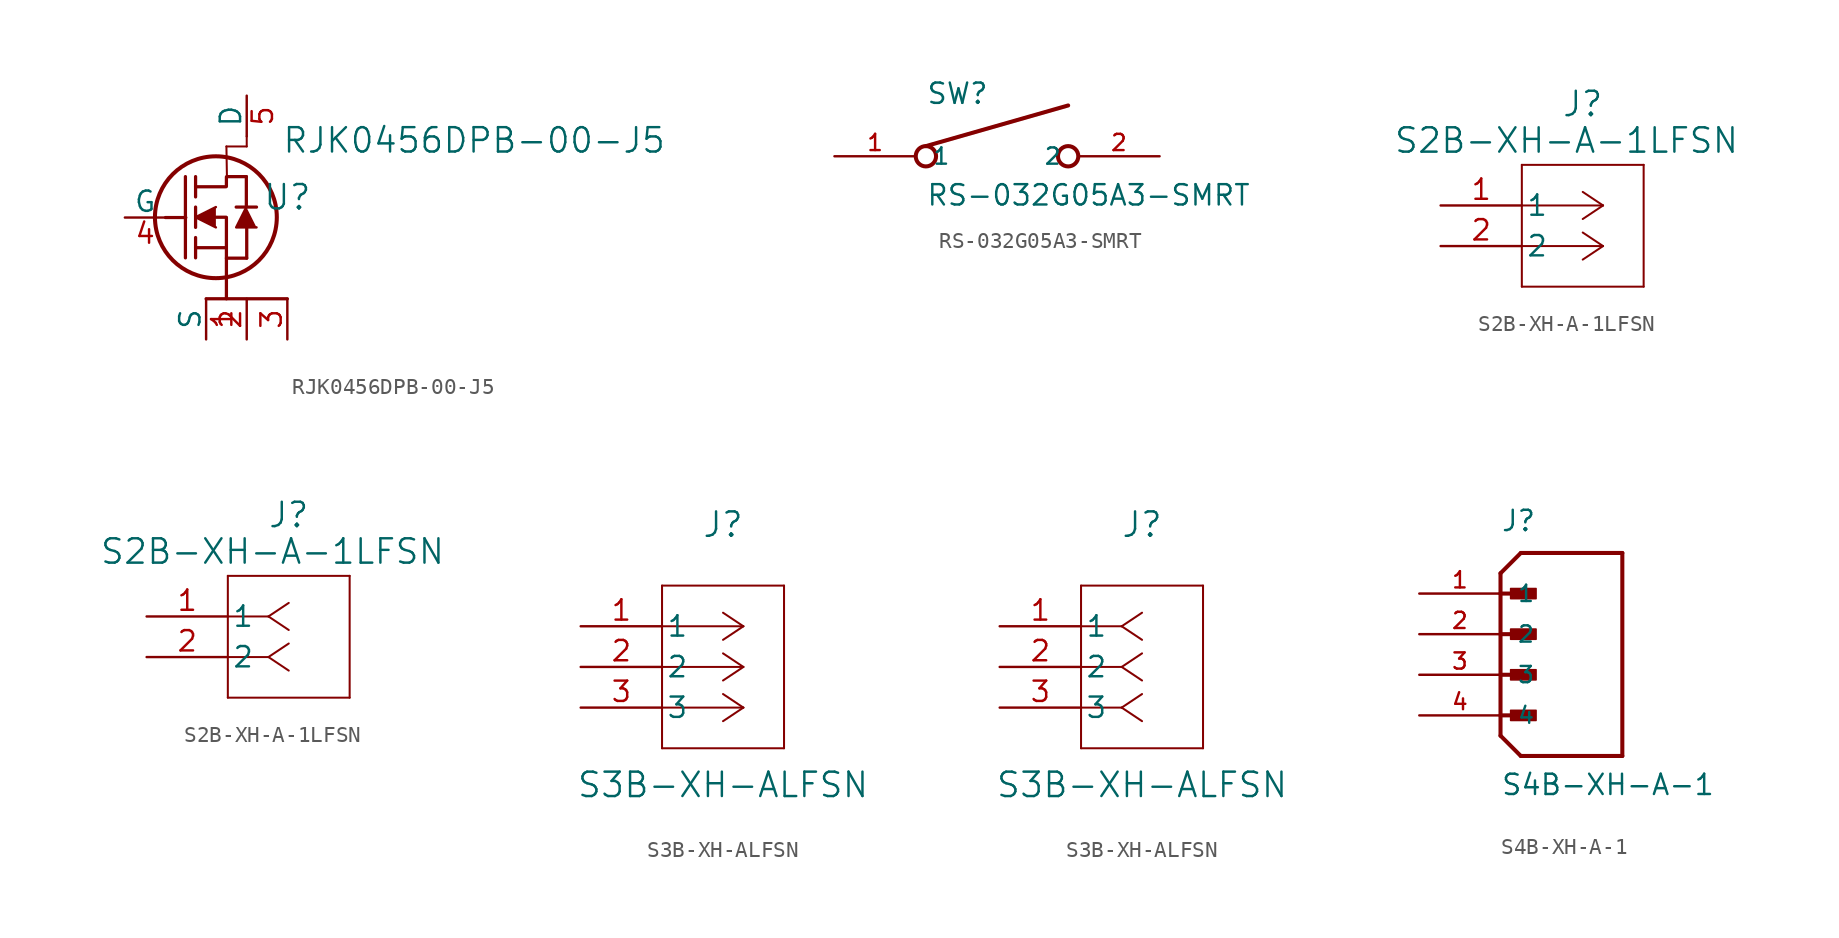
<source format=kicad_sym>
(kicad_symbol_lib
  (version 20231120)
  (generator "kicad_symbol_editor")
  (generator_version "8.0")
  (symbol "RJK0456DPB-00-J5"
    (pin_names
      (offset 0))
    (property "Reference" "U"
      (at 10.16 1.27 0)
      (effects (font (size 1.524 1.524))))
    (property "Value" "RJK0456DPB-00-J5"
      (at 21.844 4.826 0)
      (effects (font (size 1.524 1.524))))
    (symbol "RJK0456DPB-00-J5_0_1"
      (polyline (pts (xy 2.54 0) (xy 3.81 0)) (stroke (width 0.203) (type default)) (fill (type none)))
      (polyline (pts (xy 3.786 -2.521) (xy 3.786 2.559)) (stroke (width 0.203) (type default)) (fill (type none)))
      (polyline (pts (xy 4.421 -2.521) (xy 4.421 -1.251)) (stroke (width 0.203) (type default)) (fill (type none)))
      (polyline (pts (xy 4.421 -1.886) (xy 6.326 -1.886)) (stroke (width 0.203) (type default)) (fill (type none)))
      (polyline (pts (xy 4.421 -0.616) (xy 4.421 0.654)) (stroke (width 0.203) (type default)) (fill (type none)))
      (polyline (pts (xy 4.421 1.289) (xy 4.421 2.559)) (stroke (width 0.203) (type default)) (fill (type none)))
      (polyline (pts (xy 4.421 1.924) (xy 6.326 1.924)) (stroke (width 0.203) (type default)) (fill (type none)))
      (polyline (pts (xy 5.08 -5.08) (xy 10.16 -5.08)) (stroke (width 0.203) (type default)) (fill (type none)))
      (polyline (pts (xy 5.691 0.019) (xy 6.326 0.019)) (stroke (width 0.203) (type default)) (fill (type none)))
      (polyline (pts (xy 6.349 1.96) (xy 6.35 2.54)) (stroke (width 0.203) (type default)) (fill (type none)))
      (polyline (pts (xy 6.35 -5.08) (xy 6.35 0)) (stroke (width 0.203) (type default)) (fill (type none)))
      (polyline (pts (xy 6.35 -2.54) (xy 7.62 -2.54)) (stroke (width 0.203) (type default)) (fill (type none)))
      (polyline (pts (xy 6.35 4.445) (xy 6.382 2.557)) (stroke (width 0.127) (type default)) (fill (type none)))
      (polyline (pts (xy 6.382 2.557) (xy 7.596 2.559)) (stroke (width 0.203) (type default)) (fill (type none)))
      (polyline (pts (xy 7.596 0.654) (xy 7.596 2.559)) (stroke (width 0.203) (type default)) (fill (type none)))
      (polyline (pts (xy 7.62 -2.54) (xy 7.62 0)) (stroke (width 0.203) (type default)) (fill (type none)))
      (polyline (pts (xy 7.62 4.445) (xy 6.35 4.445)) (stroke (width 0.127) (type default)) (fill (type none)))
      (polyline (pts (xy 7.62 5.08) (xy 7.62 4.445)) (stroke (width 0.127) (type default)) (fill (type none)))
      (polyline (pts (xy 8.231 0.654) (xy 6.961 0.654)) (stroke (width 0.203) (type default)) (fill (type none)))
      (polyline (pts (xy 5.691 0.654) (xy 4.421 0.019) (xy 5.691 -0.616)) (stroke (width 0) (type default)) (fill (type outline)))
      (polyline (pts (xy 8.231 -0.616) (xy 6.961 -0.616) (xy 7.596 0.654)) (stroke (width 0) (type default)) (fill (type outline)))
      (circle (center 5.691 0.019) (radius 3.81) (stroke (width 0.254) (type default)) (fill (type none))))
    (symbol "RJK0456DPB-00-J5_1_1"
      (pin passive line (at 5.08 -7.62 90) (length 2.54) (name "S" (effects (font (size 1.27 1.27)))) (number "1" (effects (font (size 1.27 1.27)))))
      (pin passive line (at 7.62 -7.62 90) (length 2.54) (name "" (effects (font (size 1.27 1.27)))) (number "2" (effects (font (size 1.27 1.27)))))
      (pin passive line (at 10.16 -7.62 90) (length 2.54) (name "" (effects (font (size 1.27 1.27)))) (number "3" (effects (font (size 1.27 1.27)))))
      (pin input line (at 0 0 0) (length 2.54) (name "G" (effects (font (size 1.27 1.27)))) (number "4" (effects (font (size 1.27 1.27)))))
      (pin passive line (at 7.62 7.62 270) (length 2.54) (name "D" (effects (font (size 1.27 1.27)))) (number "5" (effects (font (size 1.27 1.27)))))))
  (symbol "RS-032G05A3-SMRT"
    (pin_names
      (offset 1.016))
    (property "Reference" "SW"
      (at -4.446 3.175 0)
      (effects (font (size 1.27 1.27)) (justify left bottom)))
    (property "Value" "RS-032G05A3-SMRT"
      (at -4.447 -3.176 0)
      (effects (font (size 1.27 1.27)) (justify left bottom)))
    (symbol "RS-032G05A3-SMRT_0_0"
      (circle (center -4.445 0) (radius 0.635) (stroke (width 0.254) (type default)) (fill (type none)))
      (polyline (pts (xy -4.445 0.635) (xy 4.445 3.175)) (stroke (width 0.254) (type default)) (fill (type none)))
      (circle (center 4.445 0) (radius 0.635) (stroke (width 0.254) (type default)) (fill (type none)))
      (pin passive line (at -10.16 0 0) (length 5.08) (name "1" (effects (font (size 1.016 1.016)))) (number "1" (effects (font (size 1.016 1.016)))))
      (pin passive line (at 10.16 0 180) (length 5.08) (name "2" (effects (font (size 1.016 1.016)))) (number "2" (effects (font (size 1.016 1.016)))))))
  (symbol "S2B-XH-A-1LFSN"
    (pin_names
      (offset 0.254))
    (property "Reference" "J"
      (at 8.89 6.35 0)
      (effects (font (size 1.524 1.524))))
    (property "Value" "S2B-XH-A-1LFSN"
      (at 7.874 4.064 0)
      (effects (font (size 1.524 1.524))))
    (symbol "S2B-XH-A-1LFSN_1_1"
      (polyline (pts (xy 5.08 -5.08) (xy 12.7 -5.08)) (stroke (width 0.127) (type default)) (fill (type none)))
      (polyline (pts (xy 5.08 2.54) (xy 5.08 -5.08)) (stroke (width 0.127) (type default)) (fill (type none)))
      (polyline (pts (xy 10.16 -2.54) (xy 5.08 -2.54)) (stroke (width 0.127) (type default)) (fill (type none)))
      (polyline (pts (xy 10.16 -2.54) (xy 8.89 -3.387)) (stroke (width 0.127) (type default)) (fill (type none)))
      (polyline (pts (xy 10.16 -2.54) (xy 8.89 -1.693)) (stroke (width 0.127) (type default)) (fill (type none)))
      (polyline (pts (xy 10.16 0) (xy 5.08 0)) (stroke (width 0.127) (type default)) (fill (type none)))
      (polyline (pts (xy 10.16 0) (xy 8.89 -0.847)) (stroke (width 0.127) (type default)) (fill (type none)))
      (polyline (pts (xy 10.16 0) (xy 8.89 0.847)) (stroke (width 0.127) (type default)) (fill (type none)))
      (polyline (pts (xy 12.7 -5.08) (xy 12.7 2.54)) (stroke (width 0.127) (type default)) (fill (type none)))
      (polyline (pts (xy 12.7 2.54) (xy 5.08 2.54)) (stroke (width 0.127) (type default)) (fill (type none)))
      (pin passive line (at 0 0 0) (length 5.08) (name "1" (effects (font (size 1.27 1.27)))) (number "1" (effects (font (size 1.27 1.27)))))
      (pin passive line (at 0 -2.54 0) (length 5.08) (name "2" (effects (font (size 1.27 1.27)))) (number "2" (effects (font (size 1.27 1.27))))))
    (symbol "S2B-XH-A-1LFSN_1_2"
      (polyline (pts (xy 5.08 -5.08) (xy 12.7 -5.08)) (stroke (width 0.127) (type default)) (fill (type none)))
      (polyline (pts (xy 5.08 2.54) (xy 5.08 -5.08)) (stroke (width 0.127) (type default)) (fill (type none)))
      (polyline (pts (xy 7.62 -2.54) (xy 5.08 -2.54)) (stroke (width 0.127) (type default)) (fill (type none)))
      (polyline (pts (xy 7.62 -2.54) (xy 8.89 -3.387)) (stroke (width 0.127) (type default)) (fill (type none)))
      (polyline (pts (xy 7.62 -2.54) (xy 8.89 -1.693)) (stroke (width 0.127) (type default)) (fill (type none)))
      (polyline (pts (xy 7.62 0) (xy 5.08 0)) (stroke (width 0.127) (type default)) (fill (type none)))
      (polyline (pts (xy 7.62 0) (xy 8.89 -0.847)) (stroke (width 0.127) (type default)) (fill (type none)))
      (polyline (pts (xy 7.62 0) (xy 8.89 0.847)) (stroke (width 0.127) (type default)) (fill (type none)))
      (polyline (pts (xy 12.7 -5.08) (xy 12.7 2.54)) (stroke (width 0.127) (type default)) (fill (type none)))
      (polyline (pts (xy 12.7 2.54) (xy 5.08 2.54)) (stroke (width 0.127) (type default)) (fill (type none)))
      (pin unspecified line (at 0 0 0) (length 5.08) (name "1" (effects (font (size 1.27 1.27)))) (number "1" (effects (font (size 1.27 1.27)))))
      (pin unspecified line (at 0 -2.54 0) (length 5.08) (name "2" (effects (font (size 1.27 1.27)))) (number "2" (effects (font (size 1.27 1.27)))))))
  (symbol "S3B-XH-ALFSN"
    (pin_names
      (offset 0.254))
    (property "Reference" "J"
      (at 8.89 6.35 0)
      (effects (font (size 1.524 1.524))))
    (property "Value" "S3B-XH-ALFSN"
      (at 8.89 -9.906 0)
      (effects (font (size 1.524 1.524))))
    (symbol "S3B-XH-ALFSN_1_1"
      (polyline (pts (xy 5.08 -7.62) (xy 12.7 -7.62)) (stroke (width 0.127) (type default)) (fill (type none)))
      (polyline (pts (xy 5.08 2.54) (xy 5.08 -7.62)) (stroke (width 0.127) (type default)) (fill (type none)))
      (polyline (pts (xy 10.16 -5.08) (xy 5.08 -5.08)) (stroke (width 0.127) (type default)) (fill (type none)))
      (polyline (pts (xy 10.16 -5.08) (xy 8.89 -5.927)) (stroke (width 0.127) (type default)) (fill (type none)))
      (polyline (pts (xy 10.16 -5.08) (xy 8.89 -4.233)) (stroke (width 0.127) (type default)) (fill (type none)))
      (polyline (pts (xy 10.16 -2.54) (xy 5.08 -2.54)) (stroke (width 0.127) (type default)) (fill (type none)))
      (polyline (pts (xy 10.16 -2.54) (xy 8.89 -3.387)) (stroke (width 0.127) (type default)) (fill (type none)))
      (polyline (pts (xy 10.16 -2.54) (xy 8.89 -1.693)) (stroke (width 0.127) (type default)) (fill (type none)))
      (polyline (pts (xy 10.16 0) (xy 5.08 0)) (stroke (width 0.127) (type default)) (fill (type none)))
      (polyline (pts (xy 10.16 0) (xy 8.89 -0.847)) (stroke (width 0.127) (type default)) (fill (type none)))
      (polyline (pts (xy 10.16 0) (xy 8.89 0.847)) (stroke (width 0.127) (type default)) (fill (type none)))
      (polyline (pts (xy 12.7 -7.62) (xy 12.7 2.54)) (stroke (width 0.127) (type default)) (fill (type none)))
      (polyline (pts (xy 12.7 2.54) (xy 5.08 2.54)) (stroke (width 0.127) (type default)) (fill (type none)))
      (pin unspecified line (at 0 0 0) (length 5.08) (name "1" (effects (font (size 1.27 1.27)))) (number "1" (effects (font (size 1.27 1.27)))))
      (pin unspecified line (at 0 -2.54 0) (length 5.08) (name "2" (effects (font (size 1.27 1.27)))) (number "2" (effects (font (size 1.27 1.27)))))
      (pin unspecified line (at 0 -5.08 0) (length 5.08) (name "3" (effects (font (size 1.27 1.27)))) (number "3" (effects (font (size 1.27 1.27))))))
    (symbol "S3B-XH-ALFSN_1_2"
      (polyline (pts (xy 5.08 -7.62) (xy 12.7 -7.62)) (stroke (width 0.127) (type default)) (fill (type none)))
      (polyline (pts (xy 5.08 2.54) (xy 5.08 -7.62)) (stroke (width 0.127) (type default)) (fill (type none)))
      (polyline (pts (xy 7.62 -5.08) (xy 5.08 -5.08)) (stroke (width 0.127) (type default)) (fill (type none)))
      (polyline (pts (xy 7.62 -5.08) (xy 8.89 -5.927)) (stroke (width 0.127) (type default)) (fill (type none)))
      (polyline (pts (xy 7.62 -5.08) (xy 8.89 -4.233)) (stroke (width 0.127) (type default)) (fill (type none)))
      (polyline (pts (xy 7.62 -2.54) (xy 5.08 -2.54)) (stroke (width 0.127) (type default)) (fill (type none)))
      (polyline (pts (xy 7.62 -2.54) (xy 8.89 -3.387)) (stroke (width 0.127) (type default)) (fill (type none)))
      (polyline (pts (xy 7.62 -2.54) (xy 8.89 -1.693)) (stroke (width 0.127) (type default)) (fill (type none)))
      (polyline (pts (xy 7.62 0) (xy 5.08 0)) (stroke (width 0.127) (type default)) (fill (type none)))
      (polyline (pts (xy 7.62 0) (xy 8.89 -0.847)) (stroke (width 0.127) (type default)) (fill (type none)))
      (polyline (pts (xy 7.62 0) (xy 8.89 0.847)) (stroke (width 0.127) (type default)) (fill (type none)))
      (polyline (pts (xy 12.7 -7.62) (xy 12.7 2.54)) (stroke (width 0.127) (type default)) (fill (type none)))
      (polyline (pts (xy 12.7 2.54) (xy 5.08 2.54)) (stroke (width 0.127) (type default)) (fill (type none)))
      (pin unspecified line (at 0 0 0) (length 5.08) (name "1" (effects (font (size 1.27 1.27)))) (number "1" (effects (font (size 1.27 1.27)))))
      (pin unspecified line (at 0 -2.54 0) (length 5.08) (name "2" (effects (font (size 1.27 1.27)))) (number "2" (effects (font (size 1.27 1.27)))))
      (pin unspecified line (at 0 -5.08 0) (length 5.08) (name "3" (effects (font (size 1.27 1.27)))) (number "3" (effects (font (size 1.27 1.27)))))))
  (symbol "S4B-XH-A-1"
    (pin_names
      (offset 1.016))
    (property "Reference" "J"
      (at 0 6.35 0)
      (effects (font (size 1.27 1.27)) (justify left bottom)))
    (property "Value" "S4B-XH-A-1"
      (at 0 -10.16 0)
      (effects (font (size 1.27 1.27)) (justify left bottom)))
    (symbol "S4B-XH-A-1_0_0"
      (polyline (pts (xy 0 -6.35) (xy 1.27 -7.62)) (stroke (width 0.254) (type default)) (fill (type none)))
      (polyline (pts (xy 0 -5.08) (xy 1.905 -5.08)) (stroke (width 0.254) (type default)) (fill (type none)))
      (polyline (pts (xy 0 -2.54) (xy 1.905 -2.54)) (stroke (width 0.254) (type default)) (fill (type none)))
      (polyline (pts (xy 0 0) (xy 1.905 0)) (stroke (width 0.254) (type default)) (fill (type none)))
      (polyline (pts (xy 0 2.54) (xy 0 -6.35)) (stroke (width 0.254) (type default)) (fill (type none)))
      (polyline (pts (xy 0 2.54) (xy 1.905 2.54)) (stroke (width 0.254) (type default)) (fill (type none)))
      (polyline (pts (xy 0 3.81) (xy 0 2.54)) (stroke (width 0.254) (type default)) (fill (type none)))
      (polyline (pts (xy 0 3.81) (xy 1.27 5.08)) (stroke (width 0.254) (type default)) (fill (type none)))
      (polyline (pts (xy 1.27 -7.62) (xy 7.62 -7.62)) (stroke (width 0.254) (type default)) (fill (type none)))
      (polyline (pts (xy 7.62 -7.62) (xy 7.62 5.08)) (stroke (width 0.254) (type default)) (fill (type none)))
      (polyline (pts (xy 7.62 5.08) (xy 1.27 5.08)) (stroke (width 0.254) (type default)) (fill (type none)))
      (rectangle (start 0.635 -5.397) (end 2.223 -4.763) (stroke (width 0.1) (type default)) (fill (type outline)))
      (rectangle (start 0.635 -2.857) (end 2.223 -2.223) (stroke (width 0.1) (type default)) (fill (type outline)))
      (rectangle (start 0.635 -0.318) (end 2.223 0.318) (stroke (width 0.1) (type default)) (fill (type outline)))
      (rectangle (start 0.635 2.223) (end 2.223 2.857) (stroke (width 0.1) (type default)) (fill (type outline)))
      (pin passive line (at -5.08 2.54 0) (length 5.08) (name "1" (effects (font (size 1.016 1.016)))) (number "1" (effects (font (size 1.016 1.016)))))
      (pin passive line (at -5.08 0 0) (length 5.08) (name "2" (effects (font (size 1.016 1.016)))) (number "2" (effects (font (size 1.016 1.016)))))
      (pin passive line (at -5.08 -2.54 0) (length 5.08) (name "3" (effects (font (size 1.016 1.016)))) (number "3" (effects (font (size 1.016 1.016)))))
      (pin passive line (at -5.08 -5.08 0) (length 5.08) (name "4" (effects (font (size 1.016 1.016)))) (number "4" (effects (font (size 1.016 1.016))))))))
</source>
